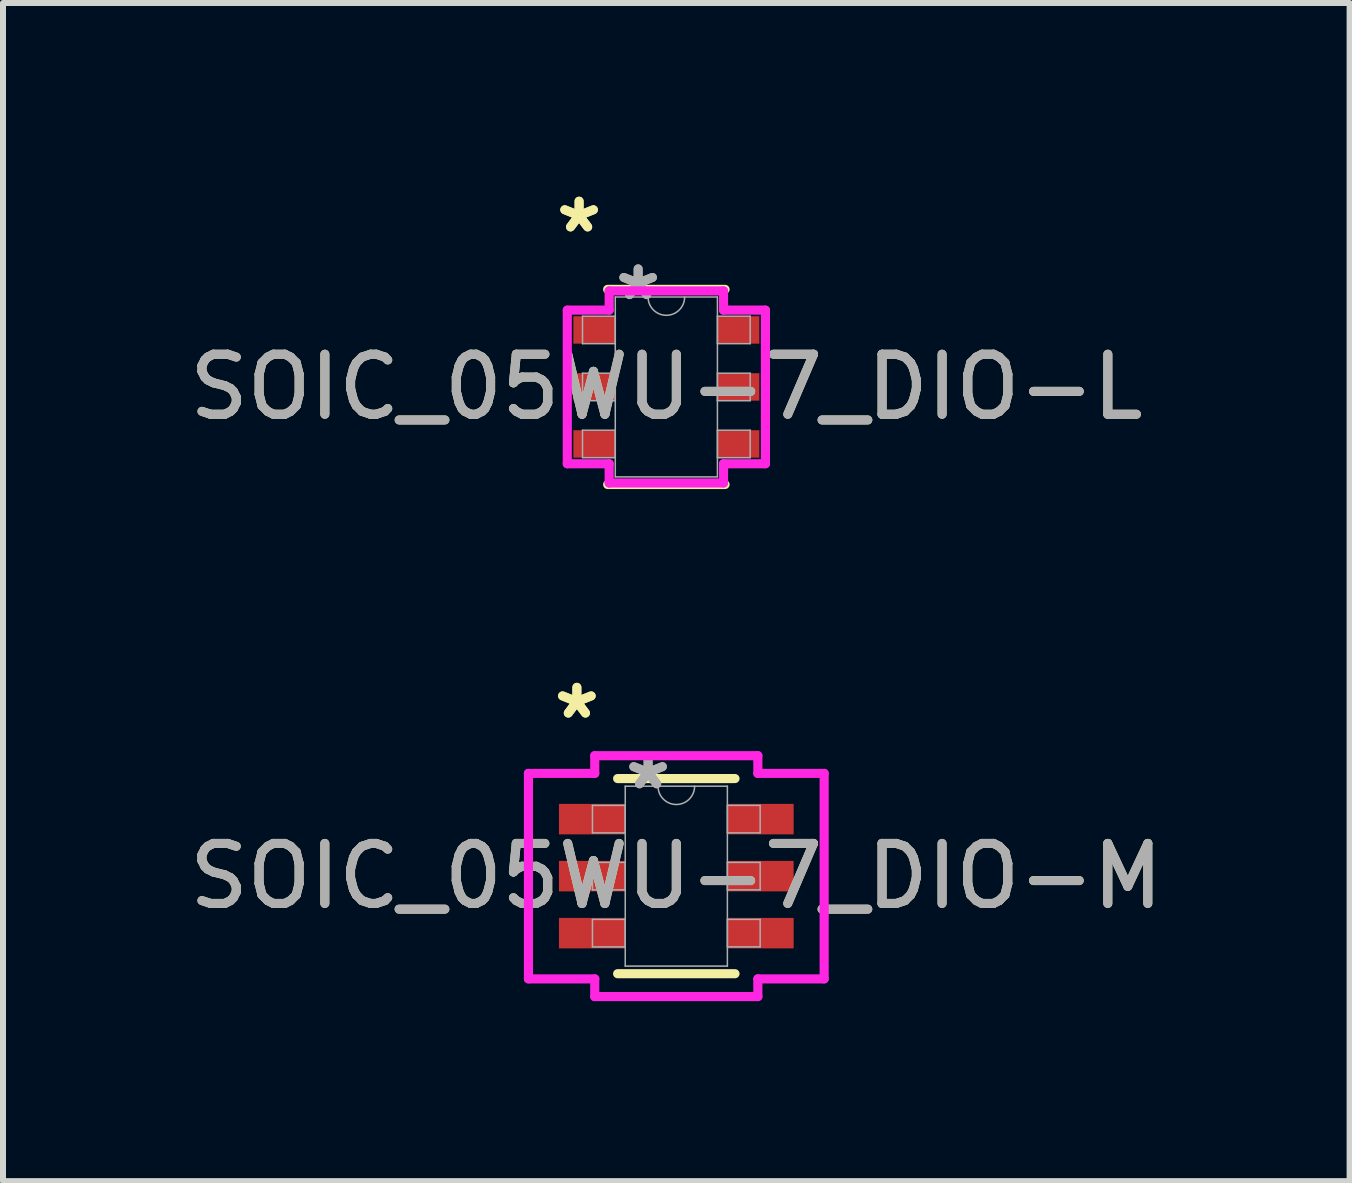
<source format=kicad_pcb>
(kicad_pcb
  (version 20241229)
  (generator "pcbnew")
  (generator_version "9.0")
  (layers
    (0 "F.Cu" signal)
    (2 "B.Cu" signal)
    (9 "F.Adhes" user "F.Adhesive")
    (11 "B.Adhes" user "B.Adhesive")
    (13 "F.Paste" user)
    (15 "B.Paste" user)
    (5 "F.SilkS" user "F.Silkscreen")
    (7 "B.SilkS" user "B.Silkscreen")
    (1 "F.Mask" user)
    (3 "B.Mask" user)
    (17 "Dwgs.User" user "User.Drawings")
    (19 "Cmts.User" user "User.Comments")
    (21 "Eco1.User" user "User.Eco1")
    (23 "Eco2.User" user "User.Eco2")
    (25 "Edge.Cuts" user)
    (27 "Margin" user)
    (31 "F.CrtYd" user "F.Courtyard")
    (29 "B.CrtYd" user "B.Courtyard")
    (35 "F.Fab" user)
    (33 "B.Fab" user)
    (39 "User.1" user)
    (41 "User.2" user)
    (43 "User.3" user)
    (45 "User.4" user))
  (footprint "SOIC_05WU-7_DIO-M"
    (layer "F.Cu")
    (at 8.22 11.55)
    (property "Reference" "SOIC_05WU-7_DIO-M" (at 0 0 0) (unlocked yes) (layer "F.SilkS") (effects (font (size 1 1) (thickness 0.15))))
    (attr smd)
    (fp_line (start -0.978 1.626) (end 0.978 1.626) (stroke (width 0.152) (type solid)) (layer "F.SilkS"))
    (fp_line (start 0.978 -1.626) (end -0.978 -1.626) (stroke (width 0.152) (type solid)) (layer "F.SilkS"))
    (fp_line (start -2.464 -1.712) (end -1.359 -1.712) (stroke (width 0.152) (type solid)) (layer "F.CrtYd"))
    (fp_line (start -2.464 1.712) (end -2.464 -1.712) (stroke (width 0.152) (type solid)) (layer "F.CrtYd"))
    (fp_line (start -2.464 1.712) (end -1.359 1.712) (stroke (width 0.152) (type solid)) (layer "F.CrtYd"))
    (fp_line (start -1.359 -2.007) (end 1.359 -2.007) (stroke (width 0.152) (type solid)) (layer "F.CrtYd"))
    (fp_line (start -1.359 -1.712) (end -1.359 -2.007) (stroke (width 0.152) (type solid)) (layer "F.CrtYd"))
    (fp_line (start -1.359 2.007) (end -1.359 1.712) (stroke (width 0.152) (type solid)) (layer "F.CrtYd"))
    (fp_line (start 1.359 -2.007) (end 1.359 -1.712) (stroke (width 0.152) (type solid)) (layer "F.CrtYd"))
    (fp_line (start 1.359 1.712) (end 1.359 2.007) (stroke (width 0.152) (type solid)) (layer "F.CrtYd"))
    (fp_line (start 1.359 2.007) (end -1.359 2.007) (stroke (width 0.152) (type solid)) (layer "F.CrtYd"))
    (fp_line (start 2.464 -1.712) (end 1.359 -1.712) (stroke (width 0.152) (type solid)) (layer "F.CrtYd"))
    (fp_line (start 2.464 -1.712) (end 2.464 1.712) (stroke (width 0.152) (type solid)) (layer "F.CrtYd"))
    (fp_line (start 2.464 1.712) (end 1.359 1.712) (stroke (width 0.152) (type solid)) (layer "F.CrtYd"))
    (fp_line (start -1.397 -1.179) (end -1.397 -0.721) (stroke (width 0.025) (type solid)) (layer "F.Fab"))
    (fp_line (start -1.397 -0.721) (end -0.851 -0.721) (stroke (width 0.025) (type solid)) (layer "F.Fab"))
    (fp_line (start -1.397 -0.229) (end -1.397 0.229) (stroke (width 0.025) (type solid)) (layer "F.Fab"))
    (fp_line (start -1.397 0.229) (end -0.851 0.229) (stroke (width 0.025) (type solid)) (layer "F.Fab"))
    (fp_line (start -1.397 0.721) (end -1.397 1.179) (stroke (width 0.025) (type solid)) (layer "F.Fab"))
    (fp_line (start -1.397 1.179) (end -0.851 1.179) (stroke (width 0.025) (type solid)) (layer "F.Fab"))
    (fp_line (start -0.851 -1.499) (end -0.851 1.499) (stroke (width 0.025) (type solid)) (layer "F.Fab"))
    (fp_line (start -0.851 -1.179) (end -1.397 -1.179) (stroke (width 0.025) (type solid)) (layer "F.Fab"))
    (fp_line (start -0.851 -0.721) (end -0.851 -1.179) (stroke (width 0.025) (type solid)) (layer "F.Fab"))
    (fp_line (start -0.851 -0.229) (end -1.397 -0.229) (stroke (width 0.025) (type solid)) (layer "F.Fab"))
    (fp_line (start -0.851 0.229) (end -0.851 -0.229) (stroke (width 0.025) (type solid)) (layer "F.Fab"))
    (fp_line (start -0.851 0.721) (end -1.397 0.721) (stroke (width 0.025) (type solid)) (layer "F.Fab"))
    (fp_line (start -0.851 1.179) (end -0.851 0.721) (stroke (width 0.025) (type solid)) (layer "F.Fab"))
    (fp_line (start -0.851 1.499) (end 0.851 1.499) (stroke (width 0.025) (type solid)) (layer "F.Fab"))
    (fp_line (start 0.851 -1.499) (end -0.851 -1.499) (stroke (width 0.025) (type solid)) (layer "F.Fab"))
    (fp_line (start 0.851 -1.179) (end 0.851 -0.721) (stroke (width 0.025) (type solid)) (layer "F.Fab"))
    (fp_line (start 0.851 -0.721) (end 1.397 -0.721) (stroke (width 0.025) (type solid)) (layer "F.Fab"))
    (fp_line (start 0.851 -0.229) (end 0.851 0.229) (stroke (width 0.025) (type solid)) (layer "F.Fab"))
    (fp_line (start 0.851 0.229) (end 1.397 0.229) (stroke (width 0.025) (type solid)) (layer "F.Fab"))
    (fp_line (start 0.851 0.721) (end 0.851 1.179) (stroke (width 0.025) (type solid)) (layer "F.Fab"))
    (fp_line (start 0.851 1.179) (end 1.397 1.179) (stroke (width 0.025) (type solid)) (layer "F.Fab"))
    (fp_line (start 0.851 1.499) (end 0.851 -1.499) (stroke (width 0.025) (type solid)) (layer "F.Fab"))
    (fp_line (start 1.397 -1.179) (end 0.851 -1.179) (stroke (width 0.025) (type solid)) (layer "F.Fab"))
    (fp_line (start 1.397 -0.721) (end 1.397 -1.179) (stroke (width 0.025) (type solid)) (layer "F.Fab"))
    (fp_line (start 1.397 -0.229) (end 0.851 -0.229) (stroke (width 0.025) (type solid)) (layer "F.Fab"))
    (fp_line (start 1.397 0.229) (end 1.397 -0.229) (stroke (width 0.025) (type solid)) (layer "F.Fab"))
    (fp_line (start 1.397 0.721) (end 0.851 0.721) (stroke (width 0.025) (type solid)) (layer "F.Fab"))
    (fp_line (start 1.397 1.179) (end 1.397 0.721) (stroke (width 0.025) (type solid)) (layer "F.Fab"))
    (fp_arc (start 0.3048 -1.4986) (mid 0 -1.1938) (end -0.3048 -1.4986) (stroke (width 0.0254) (type solid)) (layer "F.Fab"))
    (fp_text user "*" (at -1.657 -2.601 0) (unlocked yes) (layer "F.SilkS") (effects (font (size 1 1) (thickness 0.15))))
    (fp_text user "*" (at -1.657 -2.601 0) (layer "F.SilkS") (effects (font (size 1 1) (thickness 0.15))))
    (fp_text user "*" (at -0.47 -1.422 0) (unlocked yes) (layer "F.Fab") (effects (font (size 1 1) (thickness 0.15))))
    (fp_text user "*" (at -0.47 -1.422 0) (layer "F.Fab") (effects (font (size 1 1) (thickness 0.15))))
    (fp_text user "${REFERENCE}" (at 0 0 0) (unlocked yes) (layer "F.Fab") (effects (font (size 1 1) (thickness 0.15))))
    (pad "1" smd rect (at -1.403 -0.95) (size 1.105 0.508) (layers "F.Cu" "F.Mask" "F.Paste"))
    (pad "2" smd rect (at -1.403 0) (size 1.105 0.508) (layers "F.Cu" "F.Mask" "F.Paste"))
    (pad "3" smd rect (at -1.403 0.95) (size 1.105 0.508) (layers "F.Cu" "F.Mask" "F.Paste"))
    (pad "4" smd rect (at 1.403 0.95) (size 1.105 0.508) (layers "F.Cu" "F.Mask" "F.Paste"))
    (pad "5" smd rect (at 1.403 0) (size 1.105 0.508) (layers "F.Cu" "F.Mask" "F.Paste"))
    (pad "6" smd rect (at 1.403 -0.95) (size 1.105 0.508) (layers "F.Cu" "F.Mask" "F.Paste")))
  (footprint "SOIC_05WU-7_DIO-L"
    (layer "F.Cu")
    (at 8.054 3.398)
    (property "Reference" "SOIC_05WU-7_DIO-L" (at 0 0 0) (unlocked yes) (layer "F.SilkS") (effects (font (size 1 1) (thickness 0.15))))
    (attr smd)
    (fp_line (start -0.978 1.626) (end 0.978 1.626) (stroke (width 0.152) (type solid)) (layer "F.SilkS"))
    (fp_line (start 0.978 -1.626) (end -0.978 -1.626) (stroke (width 0.152) (type solid)) (layer "F.SilkS"))
    (fp_line (start -1.651 -1.28) (end -0.953 -1.28) (stroke (width 0.152) (type solid)) (layer "F.CrtYd"))
    (fp_line (start -1.651 1.28) (end -1.651 -1.28) (stroke (width 0.152) (type solid)) (layer "F.CrtYd"))
    (fp_line (start -1.651 1.28) (end -0.953 1.28) (stroke (width 0.152) (type solid)) (layer "F.CrtYd"))
    (fp_line (start -0.953 -1.6) (end 0.953 -1.6) (stroke (width 0.152) (type solid)) (layer "F.CrtYd"))
    (fp_line (start -0.953 -1.28) (end -0.953 -1.6) (stroke (width 0.152) (type solid)) (layer "F.CrtYd"))
    (fp_line (start -0.953 1.6) (end -0.953 1.28) (stroke (width 0.152) (type solid)) (layer "F.CrtYd"))
    (fp_line (start 0.953 -1.6) (end 0.953 -1.28) (stroke (width 0.152) (type solid)) (layer "F.CrtYd"))
    (fp_line (start 0.953 1.28) (end 0.953 1.6) (stroke (width 0.152) (type solid)) (layer "F.CrtYd"))
    (fp_line (start 0.953 1.6) (end -0.953 1.6) (stroke (width 0.152) (type solid)) (layer "F.CrtYd"))
    (fp_line (start 1.651 -1.28) (end 0.953 -1.28) (stroke (width 0.152) (type solid)) (layer "F.CrtYd"))
    (fp_line (start 1.651 -1.28) (end 1.651 1.28) (stroke (width 0.152) (type solid)) (layer "F.CrtYd"))
    (fp_line (start 1.651 1.28) (end 0.953 1.28) (stroke (width 0.152) (type solid)) (layer "F.CrtYd"))
    (fp_line (start -1.397 -1.179) (end -1.397 -0.721) (stroke (width 0.025) (type solid)) (layer "F.Fab"))
    (fp_line (start -1.397 -0.721) (end -0.851 -0.721) (stroke (width 0.025) (type solid)) (layer "F.Fab"))
    (fp_line (start -1.397 -0.229) (end -1.397 0.229) (stroke (width 0.025) (type solid)) (layer "F.Fab"))
    (fp_line (start -1.397 0.229) (end -0.851 0.229) (stroke (width 0.025) (type solid)) (layer "F.Fab"))
    (fp_line (start -1.397 0.721) (end -1.397 1.179) (stroke (width 0.025) (type solid)) (layer "F.Fab"))
    (fp_line (start -1.397 1.179) (end -0.851 1.179) (stroke (width 0.025) (type solid)) (layer "F.Fab"))
    (fp_line (start -0.851 -1.499) (end -0.851 1.499) (stroke (width 0.025) (type solid)) (layer "F.Fab"))
    (fp_line (start -0.851 -1.179) (end -1.397 -1.179) (stroke (width 0.025) (type solid)) (layer "F.Fab"))
    (fp_line (start -0.851 -0.721) (end -0.851 -1.179) (stroke (width 0.025) (type solid)) (layer "F.Fab"))
    (fp_line (start -0.851 -0.229) (end -1.397 -0.229) (stroke (width 0.025) (type solid)) (layer "F.Fab"))
    (fp_line (start -0.851 0.229) (end -0.851 -0.229) (stroke (width 0.025) (type solid)) (layer "F.Fab"))
    (fp_line (start -0.851 0.721) (end -1.397 0.721) (stroke (width 0.025) (type solid)) (layer "F.Fab"))
    (fp_line (start -0.851 1.179) (end -0.851 0.721) (stroke (width 0.025) (type solid)) (layer "F.Fab"))
    (fp_line (start -0.851 1.499) (end 0.851 1.499) (stroke (width 0.025) (type solid)) (layer "F.Fab"))
    (fp_line (start 0.851 -1.499) (end -0.851 -1.499) (stroke (width 0.025) (type solid)) (layer "F.Fab"))
    (fp_line (start 0.851 -1.179) (end 0.851 -0.721) (stroke (width 0.025) (type solid)) (layer "F.Fab"))
    (fp_line (start 0.851 -0.721) (end 1.397 -0.721) (stroke (width 0.025) (type solid)) (layer "F.Fab"))
    (fp_line (start 0.851 -0.229) (end 0.851 0.229) (stroke (width 0.025) (type solid)) (layer "F.Fab"))
    (fp_line (start 0.851 0.229) (end 1.397 0.229) (stroke (width 0.025) (type solid)) (layer "F.Fab"))
    (fp_line (start 0.851 0.721) (end 0.851 1.179) (stroke (width 0.025) (type solid)) (layer "F.Fab"))
    (fp_line (start 0.851 1.179) (end 1.397 1.179) (stroke (width 0.025) (type solid)) (layer "F.Fab"))
    (fp_line (start 0.851 1.499) (end 0.851 -1.499) (stroke (width 0.025) (type solid)) (layer "F.Fab"))
    (fp_line (start 1.397 -1.179) (end 0.851 -1.179) (stroke (width 0.025) (type solid)) (layer "F.Fab"))
    (fp_line (start 1.397 -0.721) (end 1.397 -1.179) (stroke (width 0.025) (type solid)) (layer "F.Fab"))
    (fp_line (start 1.397 -0.229) (end 0.851 -0.229) (stroke (width 0.025) (type solid)) (layer "F.Fab"))
    (fp_line (start 1.397 0.229) (end 1.397 -0.229) (stroke (width 0.025) (type solid)) (layer "F.Fab"))
    (fp_line (start 1.397 0.721) (end 0.851 0.721) (stroke (width 0.025) (type solid)) (layer "F.Fab"))
    (fp_line (start 1.397 1.179) (end 1.397 0.721) (stroke (width 0.025) (type solid)) (layer "F.Fab"))
    (fp_arc (start 0.3048 -1.4986) (mid 0 -1.1938) (end -0.3048 -1.4986) (stroke (width 0.0254) (type solid)) (layer "F.Fab"))
    (fp_text user "*" (at -1.454 -2.55 0) (unlocked yes) (layer "F.SilkS") (effects (font (size 1 1) (thickness 0.15))))
    (fp_text user "*" (at -1.454 -2.55 0) (layer "F.SilkS") (effects (font (size 1 1) (thickness 0.15))))
    (fp_text user "${REFERENCE}" (at 0 0 0) (unlocked yes) (layer "F.Fab") (effects (font (size 1 1) (thickness 0.15))))
    (fp_text user "*" (at -0.47 -1.422 0) (unlocked yes) (layer "F.Fab") (effects (font (size 1 1) (thickness 0.15))))
    (fp_text user "*" (at -0.47 -1.422 0) (layer "F.Fab") (effects (font (size 1 1) (thickness 0.15))))
    (pad "1" smd rect (at -1.2 -0.95) (size 0.699 0.457) (layers "F.Cu" "F.Mask" "F.Paste"))
    (pad "2" smd rect (at -1.2 0) (size 0.699 0.457) (layers "F.Cu" "F.Mask" "F.Paste"))
    (pad "3" smd rect (at -1.2 0.95) (size 0.699 0.457) (layers "F.Cu" "F.Mask" "F.Paste"))
    (pad "4" smd rect (at 1.2 0.95) (size 0.699 0.457) (layers "F.Cu" "F.Mask" "F.Paste"))
    (pad "5" smd rect (at 1.2 0) (size 0.699 0.457) (layers "F.Cu" "F.Mask" "F.Paste"))
    (pad "6" smd rect (at 1.2 -0.95) (size 0.699 0.457) (layers "F.Cu" "F.Mask" "F.Paste")))
  (gr_rect
    (start -3 -3)
    (end 19.44 16.632)
    (stroke (width 0.1) (type default))
    (fill no)
    (layer "Edge.Cuts")))
</source>
